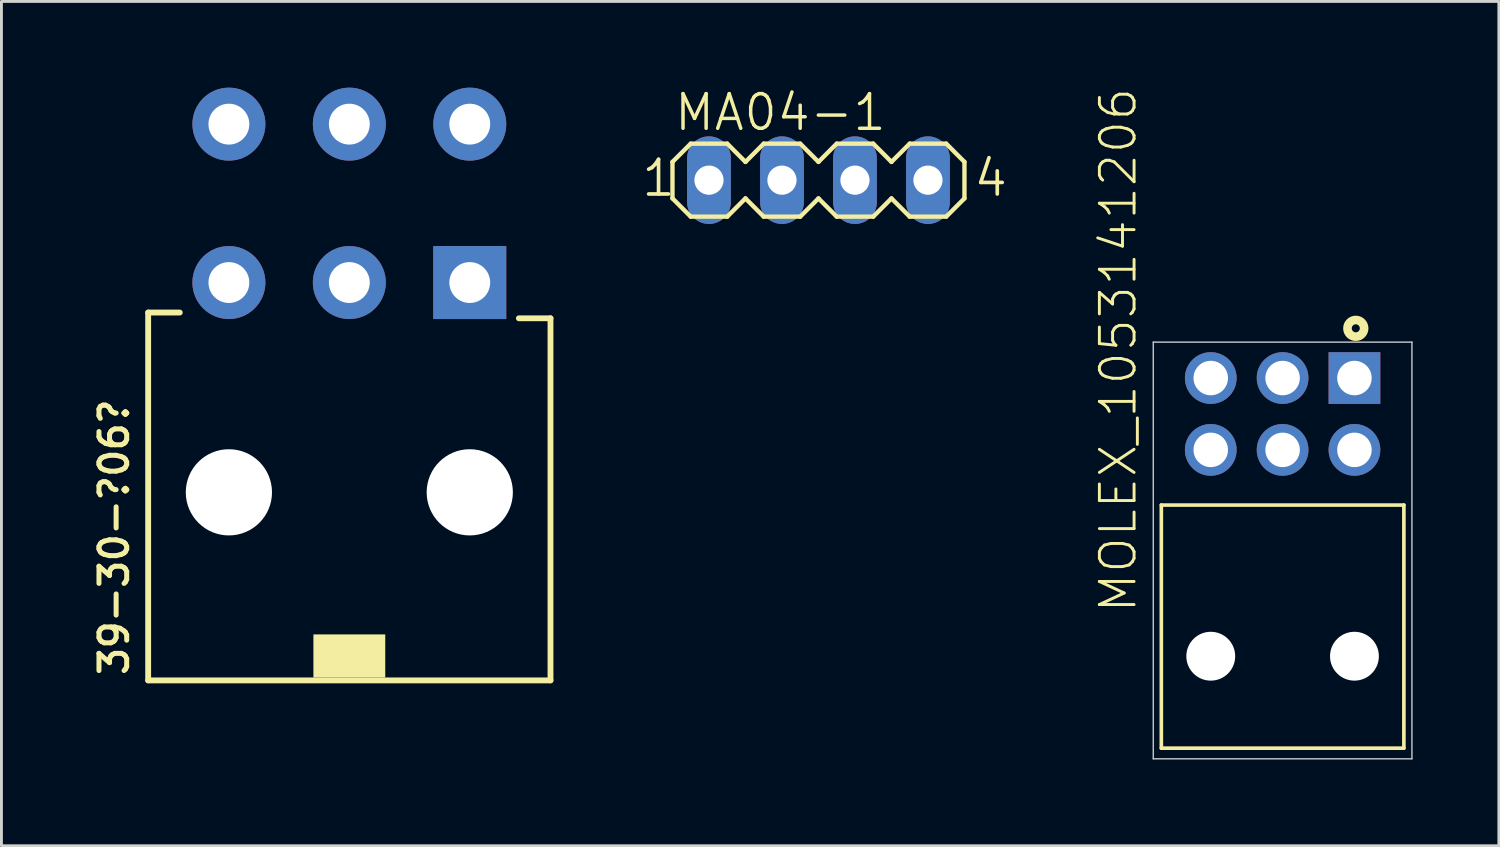
<source format=kicad_pcb>
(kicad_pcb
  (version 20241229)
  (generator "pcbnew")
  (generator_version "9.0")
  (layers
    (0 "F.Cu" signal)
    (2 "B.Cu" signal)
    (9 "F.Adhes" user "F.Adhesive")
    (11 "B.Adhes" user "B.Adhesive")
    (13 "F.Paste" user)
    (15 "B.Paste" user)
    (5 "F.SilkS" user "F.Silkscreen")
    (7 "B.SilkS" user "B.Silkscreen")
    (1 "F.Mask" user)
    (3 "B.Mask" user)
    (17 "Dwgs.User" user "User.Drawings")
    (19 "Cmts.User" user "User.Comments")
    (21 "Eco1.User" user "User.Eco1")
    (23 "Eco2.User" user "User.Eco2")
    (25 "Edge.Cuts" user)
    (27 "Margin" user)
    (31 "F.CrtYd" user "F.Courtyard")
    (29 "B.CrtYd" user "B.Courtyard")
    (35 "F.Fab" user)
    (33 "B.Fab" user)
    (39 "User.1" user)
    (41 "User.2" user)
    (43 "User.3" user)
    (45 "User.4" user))
  (footprint "MOLEX_1053141206"
    (layer "F.Cu")
    (at 41.582 16.545)
    (property "Reference" "MOLEX_1053141206" (at -5.016 1.797 90) (layer "F.SilkS") (effects (font (size 1.207 1.207) (thickness 0.102)) (justify left bottom)))
    (attr through_hole)
    (fp_line (start -4.22 -2.02) (end 4.22 -2.02) (stroke (width 0.127) (type solid)) (layer "F.SilkS"))
    (fp_line (start -4.22 6.44) (end -4.22 -2.02) (stroke (width 0.127) (type solid)) (layer "F.SilkS"))
    (fp_line (start 4.22 -2.02) (end 4.22 6.44) (stroke (width 0.127) (type solid)) (layer "F.SilkS"))
    (fp_line (start 4.22 6.44) (end -4.22 6.44) (stroke (width 0.127) (type solid)) (layer "F.SilkS"))
    (fp_circle (center 2.547 -8.17) (end 2.687 -8.17) (stroke (width 0.3) (type solid)) (fill no) (layer "F.SilkS"))
    (fp_line (start -4.5 -7.69) (end 4.5 -7.69) (stroke (width 0.05) (type solid)) (layer "Dwgs.User"))
    (fp_line (start -4.5 6.81) (end -4.5 -7.69) (stroke (width 0.05) (type solid)) (layer "Dwgs.User"))
    (fp_line (start 4.5 -7.69) (end 4.5 6.81) (stroke (width 0.05) (type solid)) (layer "Dwgs.User"))
    (fp_line (start 4.5 6.81) (end -4.5 6.81) (stroke (width 0.05) (type solid)) (layer "Dwgs.User"))
    (pad "" np_thru_hole circle (at -2.5 3.24) (size 1.7 1.7) (drill 1.7) (layers "*.Cu" "*.Mask"))
    (pad "" np_thru_hole circle (at 2.5 3.24) (size 1.7 1.7) (drill 1.7) (layers "*.Cu" "*.Mask"))
    (pad "1" thru_hole rect (at 2.5 -6.44) (size 1.8 1.8) (drill 1.2) (layers "*.Cu" "*.Mask"))
    (pad "2" thru_hole circle (at 0 -6.44) (size 1.8 1.8) (drill 1.2) (layers "*.Cu" "*.Mask"))
    (pad "3" thru_hole circle (at -2.5 -6.44) (size 1.8 1.8) (drill 1.2) (layers "*.Cu" "*.Mask"))
    (pad "4" thru_hole circle (at 2.5 -3.94) (size 1.8 1.8) (drill 1.2) (layers "*.Cu" "*.Mask"))
    (pad "5" thru_hole circle (at 0 -3.94) (size 1.8 1.8) (drill 1.2) (layers "*.Cu" "*.Mask"))
    (pad "6" thru_hole circle (at -2.5 -3.94) (size 1.8 1.8) (drill 1.2) (layers "*.Cu" "*.Mask")))
  (footprint "MA04-1"
    (layer "F.Cu")
    (at 25.431 3.219)
    (property "Reference" "MA04-1" (at -5.08 -1.651 0) (layer "F.SilkS") (effects (font (size 1.206 1.206) (thickness 0.121)) (justify left bottom)))
    (attr through_hole)
    (fp_line (start -5.08 -0.635) (end -5.08 0.635) (stroke (width 0.152) (type solid)) (layer "F.SilkS"))
    (fp_line (start -5.08 0.635) (end -4.445 1.27) (stroke (width 0.152) (type solid)) (layer "F.SilkS"))
    (fp_line (start -4.445 -1.27) (end -5.08 -0.635) (stroke (width 0.152) (type solid)) (layer "F.SilkS"))
    (fp_line (start -4.445 -1.27) (end -3.175 -1.27) (stroke (width 0.152) (type solid)) (layer "F.SilkS"))
    (fp_line (start -3.175 -1.27) (end -2.54 -0.635) (stroke (width 0.152) (type solid)) (layer "F.SilkS"))
    (fp_line (start -3.175 1.27) (end -4.445 1.27) (stroke (width 0.152) (type solid)) (layer "F.SilkS"))
    (fp_line (start -2.54 -0.635) (end -1.905 -1.27) (stroke (width 0.152) (type solid)) (layer "F.SilkS"))
    (fp_line (start -2.54 0.635) (end -3.175 1.27) (stroke (width 0.152) (type solid)) (layer "F.SilkS"))
    (fp_line (start -1.905 -1.27) (end -0.635 -1.27) (stroke (width 0.152) (type solid)) (layer "F.SilkS"))
    (fp_line (start -1.905 1.27) (end -2.54 0.635) (stroke (width 0.152) (type solid)) (layer "F.SilkS"))
    (fp_line (start -0.635 -1.27) (end 0 -0.635) (stroke (width 0.152) (type solid)) (layer "F.SilkS"))
    (fp_line (start -0.635 1.27) (end -1.905 1.27) (stroke (width 0.152) (type solid)) (layer "F.SilkS"))
    (fp_line (start 0 -0.635) (end 0.635 -1.27) (stroke (width 0.152) (type solid)) (layer "F.SilkS"))
    (fp_line (start 0 0.635) (end -0.635 1.27) (stroke (width 0.152) (type solid)) (layer "F.SilkS"))
    (fp_line (start 0.635 -1.27) (end 1.905 -1.27) (stroke (width 0.152) (type solid)) (layer "F.SilkS"))
    (fp_line (start 0.635 1.27) (end 0 0.635) (stroke (width 0.152) (type solid)) (layer "F.SilkS"))
    (fp_line (start 1.905 -1.27) (end 2.54 -0.635) (stroke (width 0.152) (type solid)) (layer "F.SilkS"))
    (fp_line (start 1.905 1.27) (end 0.635 1.27) (stroke (width 0.152) (type solid)) (layer "F.SilkS"))
    (fp_line (start 2.54 0.635) (end 1.905 1.27) (stroke (width 0.152) (type solid)) (layer "F.SilkS"))
    (fp_line (start 2.54 0.635) (end 3.175 1.27) (stroke (width 0.152) (type solid)) (layer "F.SilkS"))
    (fp_line (start 3.175 -1.27) (end 2.54 -0.635) (stroke (width 0.152) (type solid)) (layer "F.SilkS"))
    (fp_line (start 3.175 -1.27) (end 4.445 -1.27) (stroke (width 0.152) (type solid)) (layer "F.SilkS"))
    (fp_line (start 4.445 -1.27) (end 5.08 -0.635) (stroke (width 0.152) (type solid)) (layer "F.SilkS"))
    (fp_line (start 4.445 1.27) (end 3.175 1.27) (stroke (width 0.152) (type solid)) (layer "F.SilkS"))
    (fp_line (start 5.08 -0.635) (end 5.08 0.635) (stroke (width 0.152) (type solid)) (layer "F.SilkS"))
    (fp_line (start 5.08 0.635) (end 4.445 1.27) (stroke (width 0.152) (type solid)) (layer "F.SilkS"))
    (fp_poly (pts (xy -4.064 0.254) (xy -3.556 0.254) (xy -3.556 -0.254) (xy -4.064 -0.254)) (stroke (width 0.1) (type solid)) (fill no) (layer "F.Fab"))
    (fp_poly (pts (xy -1.524 0.254) (xy -1.016 0.254) (xy -1.016 -0.254) (xy -1.524 -0.254)) (stroke (width 0.1) (type solid)) (fill no) (layer "F.Fab"))
    (fp_poly (pts (xy 1.016 0.254) (xy 1.524 0.254) (xy 1.524 -0.254) (xy 1.016 -0.254)) (stroke (width 0.1) (type solid)) (fill no) (layer "F.Fab"))
    (fp_poly (pts (xy 3.556 0.254) (xy 4.064 0.254) (xy 4.064 -0.254) (xy 3.556 -0.254)) (stroke (width 0.1) (type solid)) (fill no) (layer "F.Fab"))
    (fp_text user "4" (at 5.334 0.635 0) (layer "F.SilkS") (effects (font (size 1.206 1.206) (thickness 0.127)) (justify left bottom)))
    (fp_text user "1" (at -6.223 0.635 0) (layer "F.SilkS") (effects (font (size 1.206 1.206) (thickness 0.127)) (justify left bottom)))
    (pad "1" thru_hole oval (at -3.81 0 90) (size 3.048 1.524) (drill 1.016) (layers "*.Cu" "*.Mask"))
    (pad "2" thru_hole oval (at -1.27 0 90) (size 3.048 1.524) (drill 1.016) (layers "*.Cu" "*.Mask"))
    (pad "3" thru_hole oval (at 1.27 0 90) (size 3.048 1.524) (drill 1.016) (layers "*.Cu" "*.Mask"))
    (pad "4" thru_hole oval (at 3.81 0 90) (size 3.048 1.524) (drill 1.016) (layers "*.Cu" "*.Mask")))
  (footprint "39-30-?06?"
    (layer "F.Cu")
    (at 9.106 6.782)
    (property "Reference" "39-30-?06?" (at -7.62 13.754 90) (layer "F.SilkS") (effects (font (size 0.965 0.965) (thickness 0.174)) (justify left bottom)))
    (attr through_hole)
    (fp_line (start -7 1.044) (end -7 13.844) (stroke (width 0.203) (type solid)) (layer "F.SilkS"))
    (fp_line (start -7 13.844) (end 7 13.844) (stroke (width 0.203) (type solid)) (layer "F.SilkS"))
    (fp_line (start -5.9 1.044) (end -7 1.044) (stroke (width 0.203) (type solid)) (layer "F.SilkS"))
    (fp_line (start 7 1.244) (end 5.9 1.244) (stroke (width 0.203) (type solid)) (layer "F.SilkS"))
    (fp_line (start 7 13.844) (end 7 1.244) (stroke (width 0.203) (type solid)) (layer "F.SilkS"))
    (fp_poly (pts (xy -1.25 13.744) (xy 1.25 13.744) (xy 1.25 12.244) (xy -1.25 12.244)) (stroke (width 0) (type solid)) (fill yes) (layer "F.SilkS"))
    (pad "" np_thru_hole circle (at -4.191 7.3) (size 3 3) (drill 3) (layers "*.Cu" "*.Mask"))
    (pad "" np_thru_hole circle (at 4.191 7.3) (size 3 3) (drill 3) (layers "*.Cu" "*.Mask"))
    (pad "1" thru_hole rect (at 4.191 0 90) (size 2.54 2.54) (drill 1.422) (layers "*.Cu" "*.Mask"))
    (pad "2" thru_hole circle (at 0 0 90) (size 2.54 2.54) (drill 1.422) (layers "*.Cu" "*.Mask"))
    (pad "3" thru_hole circle (at -4.191 0 90) (size 2.54 2.54) (drill 1.422) (layers "*.Cu" "*.Mask"))
    (pad "4" thru_hole circle (at 4.191 -5.512 90) (size 2.54 2.54) (drill 1.422) (layers "*.Cu" "*.Mask"))
    (pad "5" thru_hole circle (at 0 -5.512 90) (size 2.54 2.54) (drill 1.422) (layers "*.Cu" "*.Mask"))
    (pad "6" thru_hole circle (at -4.191 -5.512 90) (size 2.54 2.54) (drill 1.422) (layers "*.Cu" "*.Mask")))
  (gr_rect
    (start -3 -3)
    (end 49.107 26.38)
    (stroke (width 0.1) (type default))
    (fill no)
    (layer "Edge.Cuts")))
</source>
